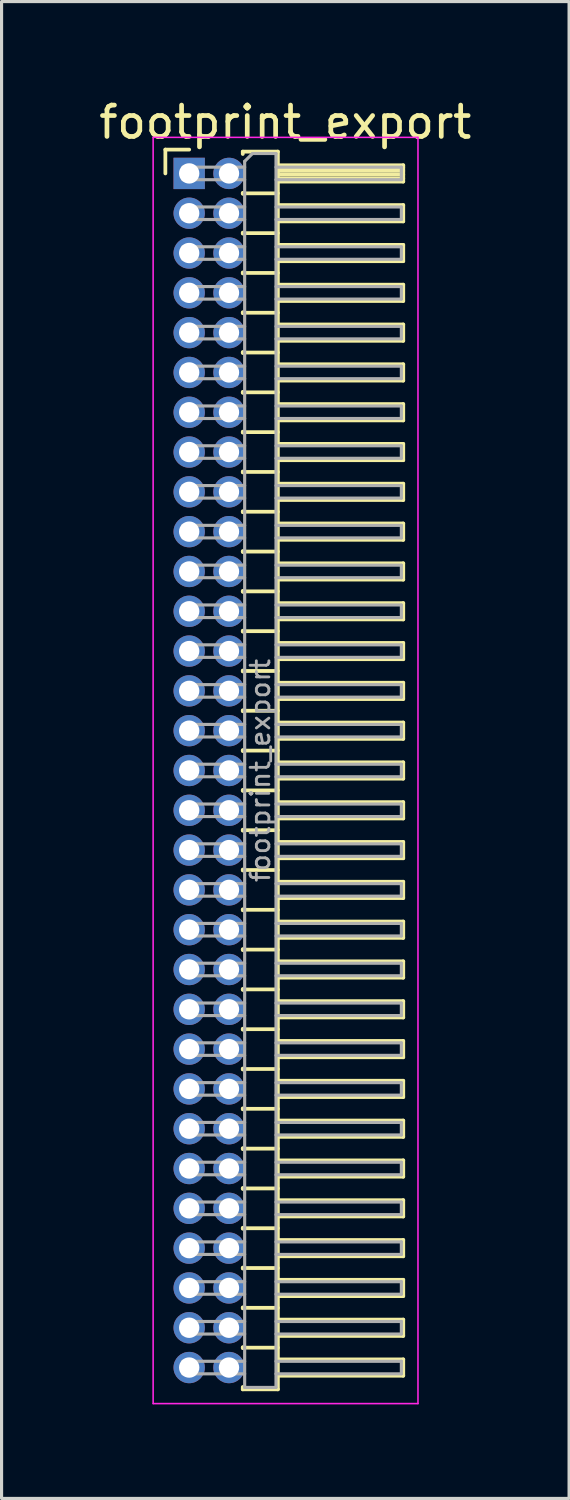
<source format=kicad_pcb>
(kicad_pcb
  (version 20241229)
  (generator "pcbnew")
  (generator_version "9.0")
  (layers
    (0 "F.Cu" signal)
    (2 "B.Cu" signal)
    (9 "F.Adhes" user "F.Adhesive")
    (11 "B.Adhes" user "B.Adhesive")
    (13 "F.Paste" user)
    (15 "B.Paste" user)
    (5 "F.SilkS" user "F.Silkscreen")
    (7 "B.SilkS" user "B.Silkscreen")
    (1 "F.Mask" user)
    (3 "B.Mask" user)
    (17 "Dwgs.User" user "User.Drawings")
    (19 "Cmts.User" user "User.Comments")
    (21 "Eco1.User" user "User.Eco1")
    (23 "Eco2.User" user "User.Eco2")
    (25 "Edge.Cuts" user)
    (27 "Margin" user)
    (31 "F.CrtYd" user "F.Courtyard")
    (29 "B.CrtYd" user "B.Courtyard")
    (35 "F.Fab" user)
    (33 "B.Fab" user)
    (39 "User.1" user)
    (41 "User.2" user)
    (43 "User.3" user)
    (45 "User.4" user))
  (footprint "footprint_export"
    (layer "F.Cu")
    (at 2.986 2.483)
    (property "Reference" "footprint_export" (at 3.067 -1.635 0) (layer "F.SilkS") (effects (font (size 1 1) (thickness 0.15))))
    (attr through_hole)
    (fp_line (start -0.76 -0.76) (end 0 -0.76) (stroke (width 0.12) (type solid)) (layer "F.SilkS"))
    (fp_line (start -0.76 0) (end -0.76 -0.76) (stroke (width 0.12) (type solid)) (layer "F.SilkS"))
    (fp_line (start 1.71 -0.695) (end 2.83 -0.695) (stroke (width 0.12) (type solid)) (layer "F.SilkS"))
    (fp_line (start 1.71 -0.62) (end 1.71 -0.695) (stroke (width 0.12) (type solid)) (layer "F.SilkS"))
    (fp_line (start 1.71 0.62) (end 1.71 0.65) (stroke (width 0.12) (type solid)) (layer "F.SilkS"))
    (fp_line (start 1.71 0.635) (end 2.83 0.635) (stroke (width 0.12) (type solid)) (layer "F.SilkS"))
    (fp_line (start 1.71 1.89) (end 1.71 1.92) (stroke (width 0.12) (type solid)) (layer "F.SilkS"))
    (fp_line (start 1.71 1.905) (end 2.83 1.905) (stroke (width 0.12) (type solid)) (layer "F.SilkS"))
    (fp_line (start 1.71 3.16) (end 1.71 3.19) (stroke (width 0.12) (type solid)) (layer "F.SilkS"))
    (fp_line (start 1.71 3.175) (end 2.83 3.175) (stroke (width 0.12) (type solid)) (layer "F.SilkS"))
    (fp_line (start 1.71 4.43) (end 1.71 4.46) (stroke (width 0.12) (type solid)) (layer "F.SilkS"))
    (fp_line (start 1.71 4.445) (end 2.83 4.445) (stroke (width 0.12) (type solid)) (layer "F.SilkS"))
    (fp_line (start 1.71 5.7) (end 1.71 5.73) (stroke (width 0.12) (type solid)) (layer "F.SilkS"))
    (fp_line (start 1.71 5.715) (end 2.83 5.715) (stroke (width 0.12) (type solid)) (layer "F.SilkS"))
    (fp_line (start 1.71 6.97) (end 1.71 7) (stroke (width 0.12) (type solid)) (layer "F.SilkS"))
    (fp_line (start 1.71 6.985) (end 2.83 6.985) (stroke (width 0.12) (type solid)) (layer "F.SilkS"))
    (fp_line (start 1.71 8.24) (end 1.71 8.27) (stroke (width 0.12) (type solid)) (layer "F.SilkS"))
    (fp_line (start 1.71 8.255) (end 2.83 8.255) (stroke (width 0.12) (type solid)) (layer "F.SilkS"))
    (fp_line (start 1.71 9.51) (end 1.71 9.54) (stroke (width 0.12) (type solid)) (layer "F.SilkS"))
    (fp_line (start 1.71 9.525) (end 2.83 9.525) (stroke (width 0.12) (type solid)) (layer "F.SilkS"))
    (fp_line (start 1.71 10.78) (end 1.71 10.81) (stroke (width 0.12) (type solid)) (layer "F.SilkS"))
    (fp_line (start 1.71 10.795) (end 2.83 10.795) (stroke (width 0.12) (type solid)) (layer "F.SilkS"))
    (fp_line (start 1.71 12.05) (end 1.71 12.08) (stroke (width 0.12) (type solid)) (layer "F.SilkS"))
    (fp_line (start 1.71 12.065) (end 2.83 12.065) (stroke (width 0.12) (type solid)) (layer "F.SilkS"))
    (fp_line (start 1.71 13.32) (end 1.71 13.35) (stroke (width 0.12) (type solid)) (layer "F.SilkS"))
    (fp_line (start 1.71 13.335) (end 2.83 13.335) (stroke (width 0.12) (type solid)) (layer "F.SilkS"))
    (fp_line (start 1.71 14.59) (end 1.71 14.62) (stroke (width 0.12) (type solid)) (layer "F.SilkS"))
    (fp_line (start 1.71 14.605) (end 2.83 14.605) (stroke (width 0.12) (type solid)) (layer "F.SilkS"))
    (fp_line (start 1.71 15.86) (end 1.71 15.89) (stroke (width 0.12) (type solid)) (layer "F.SilkS"))
    (fp_line (start 1.71 15.875) (end 2.83 15.875) (stroke (width 0.12) (type solid)) (layer "F.SilkS"))
    (fp_line (start 1.71 17.13) (end 1.71 17.16) (stroke (width 0.12) (type solid)) (layer "F.SilkS"))
    (fp_line (start 1.71 17.145) (end 2.83 17.145) (stroke (width 0.12) (type solid)) (layer "F.SilkS"))
    (fp_line (start 1.71 18.4) (end 1.71 18.43) (stroke (width 0.12) (type solid)) (layer "F.SilkS"))
    (fp_line (start 1.71 18.415) (end 2.83 18.415) (stroke (width 0.12) (type solid)) (layer "F.SilkS"))
    (fp_line (start 1.71 19.67) (end 1.71 19.7) (stroke (width 0.12) (type solid)) (layer "F.SilkS"))
    (fp_line (start 1.71 19.685) (end 2.83 19.685) (stroke (width 0.12) (type solid)) (layer "F.SilkS"))
    (fp_line (start 1.71 20.94) (end 1.71 20.97) (stroke (width 0.12) (type solid)) (layer "F.SilkS"))
    (fp_line (start 1.71 20.955) (end 2.83 20.955) (stroke (width 0.12) (type solid)) (layer "F.SilkS"))
    (fp_line (start 1.71 22.21) (end 1.71 22.24) (stroke (width 0.12) (type solid)) (layer "F.SilkS"))
    (fp_line (start 1.71 22.225) (end 2.83 22.225) (stroke (width 0.12) (type solid)) (layer "F.SilkS"))
    (fp_line (start 1.71 23.48) (end 1.71 23.51) (stroke (width 0.12) (type solid)) (layer "F.SilkS"))
    (fp_line (start 1.71 23.495) (end 2.83 23.495) (stroke (width 0.12) (type solid)) (layer "F.SilkS"))
    (fp_line (start 1.71 24.75) (end 1.71 24.78) (stroke (width 0.12) (type solid)) (layer "F.SilkS"))
    (fp_line (start 1.71 24.765) (end 2.83 24.765) (stroke (width 0.12) (type solid)) (layer "F.SilkS"))
    (fp_line (start 1.71 26.02) (end 1.71 26.05) (stroke (width 0.12) (type solid)) (layer "F.SilkS"))
    (fp_line (start 1.71 26.035) (end 2.83 26.035) (stroke (width 0.12) (type solid)) (layer "F.SilkS"))
    (fp_line (start 1.71 27.29) (end 1.71 27.32) (stroke (width 0.12) (type solid)) (layer "F.SilkS"))
    (fp_line (start 1.71 27.305) (end 2.83 27.305) (stroke (width 0.12) (type solid)) (layer "F.SilkS"))
    (fp_line (start 1.71 28.56) (end 1.71 28.59) (stroke (width 0.12) (type solid)) (layer "F.SilkS"))
    (fp_line (start 1.71 28.575) (end 2.83 28.575) (stroke (width 0.12) (type solid)) (layer "F.SilkS"))
    (fp_line (start 1.71 29.83) (end 1.71 29.86) (stroke (width 0.12) (type solid)) (layer "F.SilkS"))
    (fp_line (start 1.71 29.845) (end 2.83 29.845) (stroke (width 0.12) (type solid)) (layer "F.SilkS"))
    (fp_line (start 1.71 31.1) (end 1.71 31.13) (stroke (width 0.12) (type solid)) (layer "F.SilkS"))
    (fp_line (start 1.71 31.115) (end 2.83 31.115) (stroke (width 0.12) (type solid)) (layer "F.SilkS"))
    (fp_line (start 1.71 32.37) (end 1.71 32.4) (stroke (width 0.12) (type solid)) (layer "F.SilkS"))
    (fp_line (start 1.71 32.385) (end 2.83 32.385) (stroke (width 0.12) (type solid)) (layer "F.SilkS"))
    (fp_line (start 1.71 33.64) (end 1.71 33.67) (stroke (width 0.12) (type solid)) (layer "F.SilkS"))
    (fp_line (start 1.71 33.655) (end 2.83 33.655) (stroke (width 0.12) (type solid)) (layer "F.SilkS"))
    (fp_line (start 1.71 34.91) (end 1.71 34.94) (stroke (width 0.12) (type solid)) (layer "F.SilkS"))
    (fp_line (start 1.71 34.925) (end 2.83 34.925) (stroke (width 0.12) (type solid)) (layer "F.SilkS"))
    (fp_line (start 1.71 36.18) (end 1.71 36.21) (stroke (width 0.12) (type solid)) (layer "F.SilkS"))
    (fp_line (start 1.71 36.195) (end 2.83 36.195) (stroke (width 0.12) (type solid)) (layer "F.SilkS"))
    (fp_line (start 1.71 37.45) (end 1.71 37.48) (stroke (width 0.12) (type solid)) (layer "F.SilkS"))
    (fp_line (start 1.71 37.465) (end 2.83 37.465) (stroke (width 0.12) (type solid)) (layer "F.SilkS"))
    (fp_line (start 1.71 38.795) (end 1.71 38.72) (stroke (width 0.12) (type solid)) (layer "F.SilkS"))
    (fp_line (start 2.83 -0.695) (end 2.83 38.795) (stroke (width 0.12) (type solid)) (layer "F.SilkS"))
    (fp_line (start 2.83 -0.26) (end 6.83 -0.26) (stroke (width 0.12) (type solid)) (layer "F.SilkS"))
    (fp_line (start 2.83 -0.2) (end 6.83 -0.2) (stroke (width 0.12) (type solid)) (layer "F.SilkS"))
    (fp_line (start 2.83 -0.08) (end 6.83 -0.08) (stroke (width 0.12) (type solid)) (layer "F.SilkS"))
    (fp_line (start 2.83 0.04) (end 6.83 0.04) (stroke (width 0.12) (type solid)) (layer "F.SilkS"))
    (fp_line (start 2.83 0.16) (end 6.83 0.16) (stroke (width 0.12) (type solid)) (layer "F.SilkS"))
    (fp_line (start 2.83 1.01) (end 6.83 1.01) (stroke (width 0.12) (type solid)) (layer "F.SilkS"))
    (fp_line (start 2.83 2.28) (end 6.83 2.28) (stroke (width 0.12) (type solid)) (layer "F.SilkS"))
    (fp_line (start 2.83 3.55) (end 6.83 3.55) (stroke (width 0.12) (type solid)) (layer "F.SilkS"))
    (fp_line (start 2.83 4.82) (end 6.83 4.82) (stroke (width 0.12) (type solid)) (layer "F.SilkS"))
    (fp_line (start 2.83 6.09) (end 6.83 6.09) (stroke (width 0.12) (type solid)) (layer "F.SilkS"))
    (fp_line (start 2.83 7.36) (end 6.83 7.36) (stroke (width 0.12) (type solid)) (layer "F.SilkS"))
    (fp_line (start 2.83 8.63) (end 6.83 8.63) (stroke (width 0.12) (type solid)) (layer "F.SilkS"))
    (fp_line (start 2.83 9.9) (end 6.83 9.9) (stroke (width 0.12) (type solid)) (layer "F.SilkS"))
    (fp_line (start 2.83 11.17) (end 6.83 11.17) (stroke (width 0.12) (type solid)) (layer "F.SilkS"))
    (fp_line (start 2.83 12.44) (end 6.83 12.44) (stroke (width 0.12) (type solid)) (layer "F.SilkS"))
    (fp_line (start 2.83 13.71) (end 6.83 13.71) (stroke (width 0.12) (type solid)) (layer "F.SilkS"))
    (fp_line (start 2.83 14.98) (end 6.83 14.98) (stroke (width 0.12) (type solid)) (layer "F.SilkS"))
    (fp_line (start 2.83 16.25) (end 6.83 16.25) (stroke (width 0.12) (type solid)) (layer "F.SilkS"))
    (fp_line (start 2.83 17.52) (end 6.83 17.52) (stroke (width 0.12) (type solid)) (layer "F.SilkS"))
    (fp_line (start 2.83 18.79) (end 6.83 18.79) (stroke (width 0.12) (type solid)) (layer "F.SilkS"))
    (fp_line (start 2.83 20.06) (end 6.83 20.06) (stroke (width 0.12) (type solid)) (layer "F.SilkS"))
    (fp_line (start 2.83 21.33) (end 6.83 21.33) (stroke (width 0.12) (type solid)) (layer "F.SilkS"))
    (fp_line (start 2.83 22.6) (end 6.83 22.6) (stroke (width 0.12) (type solid)) (layer "F.SilkS"))
    (fp_line (start 2.83 23.87) (end 6.83 23.87) (stroke (width 0.12) (type solid)) (layer "F.SilkS"))
    (fp_line (start 2.83 25.14) (end 6.83 25.14) (stroke (width 0.12) (type solid)) (layer "F.SilkS"))
    (fp_line (start 2.83 26.41) (end 6.83 26.41) (stroke (width 0.12) (type solid)) (layer "F.SilkS"))
    (fp_line (start 2.83 27.68) (end 6.83 27.68) (stroke (width 0.12) (type solid)) (layer "F.SilkS"))
    (fp_line (start 2.83 28.95) (end 6.83 28.95) (stroke (width 0.12) (type solid)) (layer "F.SilkS"))
    (fp_line (start 2.83 30.22) (end 6.83 30.22) (stroke (width 0.12) (type solid)) (layer "F.SilkS"))
    (fp_line (start 2.83 31.49) (end 6.83 31.49) (stroke (width 0.12) (type solid)) (layer "F.SilkS"))
    (fp_line (start 2.83 32.76) (end 6.83 32.76) (stroke (width 0.12) (type solid)) (layer "F.SilkS"))
    (fp_line (start 2.83 34.03) (end 6.83 34.03) (stroke (width 0.12) (type solid)) (layer "F.SilkS"))
    (fp_line (start 2.83 35.3) (end 6.83 35.3) (stroke (width 0.12) (type solid)) (layer "F.SilkS"))
    (fp_line (start 2.83 36.57) (end 6.83 36.57) (stroke (width 0.12) (type solid)) (layer "F.SilkS"))
    (fp_line (start 2.83 37.84) (end 6.83 37.84) (stroke (width 0.12) (type solid)) (layer "F.SilkS"))
    (fp_line (start 2.83 38.795) (end 1.71 38.795) (stroke (width 0.12) (type solid)) (layer "F.SilkS"))
    (fp_line (start 6.83 -0.26) (end 6.83 0.26) (stroke (width 0.12) (type solid)) (layer "F.SilkS"))
    (fp_line (start 6.83 0.26) (end 2.83 0.26) (stroke (width 0.12) (type solid)) (layer "F.SilkS"))
    (fp_line (start 6.83 1.01) (end 6.83 1.53) (stroke (width 0.12) (type solid)) (layer "F.SilkS"))
    (fp_line (start 6.83 1.53) (end 2.83 1.53) (stroke (width 0.12) (type solid)) (layer "F.SilkS"))
    (fp_line (start 6.83 2.28) (end 6.83 2.8) (stroke (width 0.12) (type solid)) (layer "F.SilkS"))
    (fp_line (start 6.83 2.8) (end 2.83 2.8) (stroke (width 0.12) (type solid)) (layer "F.SilkS"))
    (fp_line (start 6.83 3.55) (end 6.83 4.07) (stroke (width 0.12) (type solid)) (layer "F.SilkS"))
    (fp_line (start 6.83 4.07) (end 2.83 4.07) (stroke (width 0.12) (type solid)) (layer "F.SilkS"))
    (fp_line (start 6.83 4.82) (end 6.83 5.34) (stroke (width 0.12) (type solid)) (layer "F.SilkS"))
    (fp_line (start 6.83 5.34) (end 2.83 5.34) (stroke (width 0.12) (type solid)) (layer "F.SilkS"))
    (fp_line (start 6.83 6.09) (end 6.83 6.61) (stroke (width 0.12) (type solid)) (layer "F.SilkS"))
    (fp_line (start 6.83 6.61) (end 2.83 6.61) (stroke (width 0.12) (type solid)) (layer "F.SilkS"))
    (fp_line (start 6.83 7.36) (end 6.83 7.88) (stroke (width 0.12) (type solid)) (layer "F.SilkS"))
    (fp_line (start 6.83 7.88) (end 2.83 7.88) (stroke (width 0.12) (type solid)) (layer "F.SilkS"))
    (fp_line (start 6.83 8.63) (end 6.83 9.15) (stroke (width 0.12) (type solid)) (layer "F.SilkS"))
    (fp_line (start 6.83 9.15) (end 2.83 9.15) (stroke (width 0.12) (type solid)) (layer "F.SilkS"))
    (fp_line (start 6.83 9.9) (end 6.83 10.42) (stroke (width 0.12) (type solid)) (layer "F.SilkS"))
    (fp_line (start 6.83 10.42) (end 2.83 10.42) (stroke (width 0.12) (type solid)) (layer "F.SilkS"))
    (fp_line (start 6.83 11.17) (end 6.83 11.69) (stroke (width 0.12) (type solid)) (layer "F.SilkS"))
    (fp_line (start 6.83 11.69) (end 2.83 11.69) (stroke (width 0.12) (type solid)) (layer "F.SilkS"))
    (fp_line (start 6.83 12.44) (end 6.83 12.96) (stroke (width 0.12) (type solid)) (layer "F.SilkS"))
    (fp_line (start 6.83 12.96) (end 2.83 12.96) (stroke (width 0.12) (type solid)) (layer "F.SilkS"))
    (fp_line (start 6.83 13.71) (end 6.83 14.23) (stroke (width 0.12) (type solid)) (layer "F.SilkS"))
    (fp_line (start 6.83 14.23) (end 2.83 14.23) (stroke (width 0.12) (type solid)) (layer "F.SilkS"))
    (fp_line (start 6.83 14.98) (end 6.83 15.5) (stroke (width 0.12) (type solid)) (layer "F.SilkS"))
    (fp_line (start 6.83 15.5) (end 2.83 15.5) (stroke (width 0.12) (type solid)) (layer "F.SilkS"))
    (fp_line (start 6.83 16.25) (end 6.83 16.77) (stroke (width 0.12) (type solid)) (layer "F.SilkS"))
    (fp_line (start 6.83 16.77) (end 2.83 16.77) (stroke (width 0.12) (type solid)) (layer "F.SilkS"))
    (fp_line (start 6.83 17.52) (end 6.83 18.04) (stroke (width 0.12) (type solid)) (layer "F.SilkS"))
    (fp_line (start 6.83 18.04) (end 2.83 18.04) (stroke (width 0.12) (type solid)) (layer "F.SilkS"))
    (fp_line (start 6.83 18.79) (end 6.83 19.31) (stroke (width 0.12) (type solid)) (layer "F.SilkS"))
    (fp_line (start 6.83 19.31) (end 2.83 19.31) (stroke (width 0.12) (type solid)) (layer "F.SilkS"))
    (fp_line (start 6.83 20.06) (end 6.83 20.58) (stroke (width 0.12) (type solid)) (layer "F.SilkS"))
    (fp_line (start 6.83 20.58) (end 2.83 20.58) (stroke (width 0.12) (type solid)) (layer "F.SilkS"))
    (fp_line (start 6.83 21.33) (end 6.83 21.85) (stroke (width 0.12) (type solid)) (layer "F.SilkS"))
    (fp_line (start 6.83 21.85) (end 2.83 21.85) (stroke (width 0.12) (type solid)) (layer "F.SilkS"))
    (fp_line (start 6.83 22.6) (end 6.83 23.12) (stroke (width 0.12) (type solid)) (layer "F.SilkS"))
    (fp_line (start 6.83 23.12) (end 2.83 23.12) (stroke (width 0.12) (type solid)) (layer "F.SilkS"))
    (fp_line (start 6.83 23.87) (end 6.83 24.39) (stroke (width 0.12) (type solid)) (layer "F.SilkS"))
    (fp_line (start 6.83 24.39) (end 2.83 24.39) (stroke (width 0.12) (type solid)) (layer "F.SilkS"))
    (fp_line (start 6.83 25.14) (end 6.83 25.66) (stroke (width 0.12) (type solid)) (layer "F.SilkS"))
    (fp_line (start 6.83 25.66) (end 2.83 25.66) (stroke (width 0.12) (type solid)) (layer "F.SilkS"))
    (fp_line (start 6.83 26.41) (end 6.83 26.93) (stroke (width 0.12) (type solid)) (layer "F.SilkS"))
    (fp_line (start 6.83 26.93) (end 2.83 26.93) (stroke (width 0.12) (type solid)) (layer "F.SilkS"))
    (fp_line (start 6.83 27.68) (end 6.83 28.2) (stroke (width 0.12) (type solid)) (layer "F.SilkS"))
    (fp_line (start 6.83 28.2) (end 2.83 28.2) (stroke (width 0.12) (type solid)) (layer "F.SilkS"))
    (fp_line (start 6.83 28.95) (end 6.83 29.47) (stroke (width 0.12) (type solid)) (layer "F.SilkS"))
    (fp_line (start 6.83 29.47) (end 2.83 29.47) (stroke (width 0.12) (type solid)) (layer "F.SilkS"))
    (fp_line (start 6.83 30.22) (end 6.83 30.74) (stroke (width 0.12) (type solid)) (layer "F.SilkS"))
    (fp_line (start 6.83 30.74) (end 2.83 30.74) (stroke (width 0.12) (type solid)) (layer "F.SilkS"))
    (fp_line (start 6.83 31.49) (end 6.83 32.01) (stroke (width 0.12) (type solid)) (layer "F.SilkS"))
    (fp_line (start 6.83 32.01) (end 2.83 32.01) (stroke (width 0.12) (type solid)) (layer "F.SilkS"))
    (fp_line (start 6.83 32.76) (end 6.83 33.28) (stroke (width 0.12) (type solid)) (layer "F.SilkS"))
    (fp_line (start 6.83 33.28) (end 2.83 33.28) (stroke (width 0.12) (type solid)) (layer "F.SilkS"))
    (fp_line (start 6.83 34.03) (end 6.83 34.55) (stroke (width 0.12) (type solid)) (layer "F.SilkS"))
    (fp_line (start 6.83 34.55) (end 2.83 34.55) (stroke (width 0.12) (type solid)) (layer "F.SilkS"))
    (fp_line (start 6.83 35.3) (end 6.83 35.82) (stroke (width 0.12) (type solid)) (layer "F.SilkS"))
    (fp_line (start 6.83 35.82) (end 2.83 35.82) (stroke (width 0.12) (type solid)) (layer "F.SilkS"))
    (fp_line (start 6.83 36.57) (end 6.83 37.09) (stroke (width 0.12) (type solid)) (layer "F.SilkS"))
    (fp_line (start 6.83 37.09) (end 2.83 37.09) (stroke (width 0.12) (type solid)) (layer "F.SilkS"))
    (fp_line (start 6.83 37.84) (end 6.83 38.36) (stroke (width 0.12) (type solid)) (layer "F.SilkS"))
    (fp_line (start 6.83 38.36) (end 2.83 38.36) (stroke (width 0.12) (type solid)) (layer "F.SilkS"))
    (fp_line (start -1.15 -1.15) (end -1.15 39.25) (stroke (width 0.05) (type solid)) (layer "F.CrtYd"))
    (fp_line (start -1.15 39.25) (end 7.3 39.25) (stroke (width 0.05) (type solid)) (layer "F.CrtYd"))
    (fp_line (start 7.3 -1.15) (end -1.15 -1.15) (stroke (width 0.05) (type solid)) (layer "F.CrtYd"))
    (fp_line (start 7.3 39.25) (end 7.3 -1.15) (stroke (width 0.05) (type solid)) (layer "F.CrtYd"))
    (fp_line (start -0.2 -0.2) (end -0.2 0.2) (stroke (width 0.1) (type solid)) (layer "F.Fab"))
    (fp_line (start -0.2 -0.2) (end 1.77 -0.2) (stroke (width 0.1) (type solid)) (layer "F.Fab"))
    (fp_line (start -0.2 0.2) (end 1.77 0.2) (stroke (width 0.1) (type solid)) (layer "F.Fab"))
    (fp_line (start -0.2 1.07) (end -0.2 1.47) (stroke (width 0.1) (type solid)) (layer "F.Fab"))
    (fp_line (start -0.2 1.07) (end 1.77 1.07) (stroke (width 0.1) (type solid)) (layer "F.Fab"))
    (fp_line (start -0.2 1.47) (end 1.77 1.47) (stroke (width 0.1) (type solid)) (layer "F.Fab"))
    (fp_line (start -0.2 2.34) (end -0.2 2.74) (stroke (width 0.1) (type solid)) (layer "F.Fab"))
    (fp_line (start -0.2 2.34) (end 1.77 2.34) (stroke (width 0.1) (type solid)) (layer "F.Fab"))
    (fp_line (start -0.2 2.74) (end 1.77 2.74) (stroke (width 0.1) (type solid)) (layer "F.Fab"))
    (fp_line (start -0.2 3.61) (end -0.2 4.01) (stroke (width 0.1) (type solid)) (layer "F.Fab"))
    (fp_line (start -0.2 3.61) (end 1.77 3.61) (stroke (width 0.1) (type solid)) (layer "F.Fab"))
    (fp_line (start -0.2 4.01) (end 1.77 4.01) (stroke (width 0.1) (type solid)) (layer "F.Fab"))
    (fp_line (start -0.2 4.88) (end -0.2 5.28) (stroke (width 0.1) (type solid)) (layer "F.Fab"))
    (fp_line (start -0.2 4.88) (end 1.77 4.88) (stroke (width 0.1) (type solid)) (layer "F.Fab"))
    (fp_line (start -0.2 5.28) (end 1.77 5.28) (stroke (width 0.1) (type solid)) (layer "F.Fab"))
    (fp_line (start -0.2 6.15) (end -0.2 6.55) (stroke (width 0.1) (type solid)) (layer "F.Fab"))
    (fp_line (start -0.2 6.15) (end 1.77 6.15) (stroke (width 0.1) (type solid)) (layer "F.Fab"))
    (fp_line (start -0.2 6.55) (end 1.77 6.55) (stroke (width 0.1) (type solid)) (layer "F.Fab"))
    (fp_line (start -0.2 7.42) (end -0.2 7.82) (stroke (width 0.1) (type solid)) (layer "F.Fab"))
    (fp_line (start -0.2 7.42) (end 1.77 7.42) (stroke (width 0.1) (type solid)) (layer "F.Fab"))
    (fp_line (start -0.2 7.82) (end 1.77 7.82) (stroke (width 0.1) (type solid)) (layer "F.Fab"))
    (fp_line (start -0.2 8.69) (end -0.2 9.09) (stroke (width 0.1) (type solid)) (layer "F.Fab"))
    (fp_line (start -0.2 8.69) (end 1.77 8.69) (stroke (width 0.1) (type solid)) (layer "F.Fab"))
    (fp_line (start -0.2 9.09) (end 1.77 9.09) (stroke (width 0.1) (type solid)) (layer "F.Fab"))
    (fp_line (start -0.2 9.96) (end -0.2 10.36) (stroke (width 0.1) (type solid)) (layer "F.Fab"))
    (fp_line (start -0.2 9.96) (end 1.77 9.96) (stroke (width 0.1) (type solid)) (layer "F.Fab"))
    (fp_line (start -0.2 10.36) (end 1.77 10.36) (stroke (width 0.1) (type solid)) (layer "F.Fab"))
    (fp_line (start -0.2 11.23) (end -0.2 11.63) (stroke (width 0.1) (type solid)) (layer "F.Fab"))
    (fp_line (start -0.2 11.23) (end 1.77 11.23) (stroke (width 0.1) (type solid)) (layer "F.Fab"))
    (fp_line (start -0.2 11.63) (end 1.77 11.63) (stroke (width 0.1) (type solid)) (layer "F.Fab"))
    (fp_line (start -0.2 12.5) (end -0.2 12.9) (stroke (width 0.1) (type solid)) (layer "F.Fab"))
    (fp_line (start -0.2 12.5) (end 1.77 12.5) (stroke (width 0.1) (type solid)) (layer "F.Fab"))
    (fp_line (start -0.2 12.9) (end 1.77 12.9) (stroke (width 0.1) (type solid)) (layer "F.Fab"))
    (fp_line (start -0.2 13.77) (end -0.2 14.17) (stroke (width 0.1) (type solid)) (layer "F.Fab"))
    (fp_line (start -0.2 13.77) (end 1.77 13.77) (stroke (width 0.1) (type solid)) (layer "F.Fab"))
    (fp_line (start -0.2 14.17) (end 1.77 14.17) (stroke (width 0.1) (type solid)) (layer "F.Fab"))
    (fp_line (start -0.2 15.04) (end -0.2 15.44) (stroke (width 0.1) (type solid)) (layer "F.Fab"))
    (fp_line (start -0.2 15.04) (end 1.77 15.04) (stroke (width 0.1) (type solid)) (layer "F.Fab"))
    (fp_line (start -0.2 15.44) (end 1.77 15.44) (stroke (width 0.1) (type solid)) (layer "F.Fab"))
    (fp_line (start -0.2 16.31) (end -0.2 16.71) (stroke (width 0.1) (type solid)) (layer "F.Fab"))
    (fp_line (start -0.2 16.31) (end 1.77 16.31) (stroke (width 0.1) (type solid)) (layer "F.Fab"))
    (fp_line (start -0.2 16.71) (end 1.77 16.71) (stroke (width 0.1) (type solid)) (layer "F.Fab"))
    (fp_line (start -0.2 17.58) (end -0.2 17.98) (stroke (width 0.1) (type solid)) (layer "F.Fab"))
    (fp_line (start -0.2 17.58) (end 1.77 17.58) (stroke (width 0.1) (type solid)) (layer "F.Fab"))
    (fp_line (start -0.2 17.98) (end 1.77 17.98) (stroke (width 0.1) (type solid)) (layer "F.Fab"))
    (fp_line (start -0.2 18.85) (end -0.2 19.25) (stroke (width 0.1) (type solid)) (layer "F.Fab"))
    (fp_line (start -0.2 18.85) (end 1.77 18.85) (stroke (width 0.1) (type solid)) (layer "F.Fab"))
    (fp_line (start -0.2 19.25) (end 1.77 19.25) (stroke (width 0.1) (type solid)) (layer "F.Fab"))
    (fp_line (start -0.2 20.12) (end -0.2 20.52) (stroke (width 0.1) (type solid)) (layer "F.Fab"))
    (fp_line (start -0.2 20.12) (end 1.77 20.12) (stroke (width 0.1) (type solid)) (layer "F.Fab"))
    (fp_line (start -0.2 20.52) (end 1.77 20.52) (stroke (width 0.1) (type solid)) (layer "F.Fab"))
    (fp_line (start -0.2 21.39) (end -0.2 21.79) (stroke (width 0.1) (type solid)) (layer "F.Fab"))
    (fp_line (start -0.2 21.39) (end 1.77 21.39) (stroke (width 0.1) (type solid)) (layer "F.Fab"))
    (fp_line (start -0.2 21.79) (end 1.77 21.79) (stroke (width 0.1) (type solid)) (layer "F.Fab"))
    (fp_line (start -0.2 22.66) (end -0.2 23.06) (stroke (width 0.1) (type solid)) (layer "F.Fab"))
    (fp_line (start -0.2 22.66) (end 1.77 22.66) (stroke (width 0.1) (type solid)) (layer "F.Fab"))
    (fp_line (start -0.2 23.06) (end 1.77 23.06) (stroke (width 0.1) (type solid)) (layer "F.Fab"))
    (fp_line (start -0.2 23.93) (end -0.2 24.33) (stroke (width 0.1) (type solid)) (layer "F.Fab"))
    (fp_line (start -0.2 23.93) (end 1.77 23.93) (stroke (width 0.1) (type solid)) (layer "F.Fab"))
    (fp_line (start -0.2 24.33) (end 1.77 24.33) (stroke (width 0.1) (type solid)) (layer "F.Fab"))
    (fp_line (start -0.2 25.2) (end -0.2 25.6) (stroke (width 0.1) (type solid)) (layer "F.Fab"))
    (fp_line (start -0.2 25.2) (end 1.77 25.2) (stroke (width 0.1) (type solid)) (layer "F.Fab"))
    (fp_line (start -0.2 25.6) (end 1.77 25.6) (stroke (width 0.1) (type solid)) (layer "F.Fab"))
    (fp_line (start -0.2 26.47) (end -0.2 26.87) (stroke (width 0.1) (type solid)) (layer "F.Fab"))
    (fp_line (start -0.2 26.47) (end 1.77 26.47) (stroke (width 0.1) (type solid)) (layer "F.Fab"))
    (fp_line (start -0.2 26.87) (end 1.77 26.87) (stroke (width 0.1) (type solid)) (layer "F.Fab"))
    (fp_line (start -0.2 27.74) (end -0.2 28.14) (stroke (width 0.1) (type solid)) (layer "F.Fab"))
    (fp_line (start -0.2 27.74) (end 1.77 27.74) (stroke (width 0.1) (type solid)) (layer "F.Fab"))
    (fp_line (start -0.2 28.14) (end 1.77 28.14) (stroke (width 0.1) (type solid)) (layer "F.Fab"))
    (fp_line (start -0.2 29.01) (end -0.2 29.41) (stroke (width 0.1) (type solid)) (layer "F.Fab"))
    (fp_line (start -0.2 29.01) (end 1.77 29.01) (stroke (width 0.1) (type solid)) (layer "F.Fab"))
    (fp_line (start -0.2 29.41) (end 1.77 29.41) (stroke (width 0.1) (type solid)) (layer "F.Fab"))
    (fp_line (start -0.2 30.28) (end -0.2 30.68) (stroke (width 0.1) (type solid)) (layer "F.Fab"))
    (fp_line (start -0.2 30.28) (end 1.77 30.28) (stroke (width 0.1) (type solid)) (layer "F.Fab"))
    (fp_line (start -0.2 30.68) (end 1.77 30.68) (stroke (width 0.1) (type solid)) (layer "F.Fab"))
    (fp_line (start -0.2 31.55) (end -0.2 31.95) (stroke (width 0.1) (type solid)) (layer "F.Fab"))
    (fp_line (start -0.2 31.55) (end 1.77 31.55) (stroke (width 0.1) (type solid)) (layer "F.Fab"))
    (fp_line (start -0.2 31.95) (end 1.77 31.95) (stroke (width 0.1) (type solid)) (layer "F.Fab"))
    (fp_line (start -0.2 32.82) (end -0.2 33.22) (stroke (width 0.1) (type solid)) (layer "F.Fab"))
    (fp_line (start -0.2 32.82) (end 1.77 32.82) (stroke (width 0.1) (type solid)) (layer "F.Fab"))
    (fp_line (start -0.2 33.22) (end 1.77 33.22) (stroke (width 0.1) (type solid)) (layer "F.Fab"))
    (fp_line (start -0.2 34.09) (end -0.2 34.49) (stroke (width 0.1) (type solid)) (layer "F.Fab"))
    (fp_line (start -0.2 34.09) (end 1.77 34.09) (stroke (width 0.1) (type solid)) (layer "F.Fab"))
    (fp_line (start -0.2 34.49) (end 1.77 34.49) (stroke (width 0.1) (type solid)) (layer "F.Fab"))
    (fp_line (start -0.2 35.36) (end -0.2 35.76) (stroke (width 0.1) (type solid)) (layer "F.Fab"))
    (fp_line (start -0.2 35.36) (end 1.77 35.36) (stroke (width 0.1) (type solid)) (layer "F.Fab"))
    (fp_line (start -0.2 35.76) (end 1.77 35.76) (stroke (width 0.1) (type solid)) (layer "F.Fab"))
    (fp_line (start -0.2 36.63) (end -0.2 37.03) (stroke (width 0.1) (type solid)) (layer "F.Fab"))
    (fp_line (start -0.2 36.63) (end 1.77 36.63) (stroke (width 0.1) (type solid)) (layer "F.Fab"))
    (fp_line (start -0.2 37.03) (end 1.77 37.03) (stroke (width 0.1) (type solid)) (layer "F.Fab"))
    (fp_line (start -0.2 37.9) (end -0.2 38.3) (stroke (width 0.1) (type solid)) (layer "F.Fab"))
    (fp_line (start -0.2 37.9) (end 1.77 37.9) (stroke (width 0.1) (type solid)) (layer "F.Fab"))
    (fp_line (start -0.2 38.3) (end 1.77 38.3) (stroke (width 0.1) (type solid)) (layer "F.Fab"))
    (fp_line (start 1.77 -0.385) (end 2.02 -0.635) (stroke (width 0.1) (type solid)) (layer "F.Fab"))
    (fp_line (start 1.77 38.735) (end 1.77 -0.385) (stroke (width 0.1) (type solid)) (layer "F.Fab"))
    (fp_line (start 2.02 -0.635) (end 2.77 -0.635) (stroke (width 0.1) (type solid)) (layer "F.Fab"))
    (fp_line (start 2.77 -0.635) (end 2.77 38.735) (stroke (width 0.1) (type solid)) (layer "F.Fab"))
    (fp_line (start 2.77 -0.2) (end 6.77 -0.2) (stroke (width 0.1) (type solid)) (layer "F.Fab"))
    (fp_line (start 2.77 0.2) (end 6.77 0.2) (stroke (width 0.1) (type solid)) (layer "F.Fab"))
    (fp_line (start 2.77 1.07) (end 6.77 1.07) (stroke (width 0.1) (type solid)) (layer "F.Fab"))
    (fp_line (start 2.77 1.47) (end 6.77 1.47) (stroke (width 0.1) (type solid)) (layer "F.Fab"))
    (fp_line (start 2.77 2.34) (end 6.77 2.34) (stroke (width 0.1) (type solid)) (layer "F.Fab"))
    (fp_line (start 2.77 2.74) (end 6.77 2.74) (stroke (width 0.1) (type solid)) (layer "F.Fab"))
    (fp_line (start 2.77 3.61) (end 6.77 3.61) (stroke (width 0.1) (type solid)) (layer "F.Fab"))
    (fp_line (start 2.77 4.01) (end 6.77 4.01) (stroke (width 0.1) (type solid)) (layer "F.Fab"))
    (fp_line (start 2.77 4.88) (end 6.77 4.88) (stroke (width 0.1) (type solid)) (layer "F.Fab"))
    (fp_line (start 2.77 5.28) (end 6.77 5.28) (stroke (width 0.1) (type solid)) (layer "F.Fab"))
    (fp_line (start 2.77 6.15) (end 6.77 6.15) (stroke (width 0.1) (type solid)) (layer "F.Fab"))
    (fp_line (start 2.77 6.55) (end 6.77 6.55) (stroke (width 0.1) (type solid)) (layer "F.Fab"))
    (fp_line (start 2.77 7.42) (end 6.77 7.42) (stroke (width 0.1) (type solid)) (layer "F.Fab"))
    (fp_line (start 2.77 7.82) (end 6.77 7.82) (stroke (width 0.1) (type solid)) (layer "F.Fab"))
    (fp_line (start 2.77 8.69) (end 6.77 8.69) (stroke (width 0.1) (type solid)) (layer "F.Fab"))
    (fp_line (start 2.77 9.09) (end 6.77 9.09) (stroke (width 0.1) (type solid)) (layer "F.Fab"))
    (fp_line (start 2.77 9.96) (end 6.77 9.96) (stroke (width 0.1) (type solid)) (layer "F.Fab"))
    (fp_line (start 2.77 10.36) (end 6.77 10.36) (stroke (width 0.1) (type solid)) (layer "F.Fab"))
    (fp_line (start 2.77 11.23) (end 6.77 11.23) (stroke (width 0.1) (type solid)) (layer "F.Fab"))
    (fp_line (start 2.77 11.63) (end 6.77 11.63) (stroke (width 0.1) (type solid)) (layer "F.Fab"))
    (fp_line (start 2.77 12.5) (end 6.77 12.5) (stroke (width 0.1) (type solid)) (layer "F.Fab"))
    (fp_line (start 2.77 12.9) (end 6.77 12.9) (stroke (width 0.1) (type solid)) (layer "F.Fab"))
    (fp_line (start 2.77 13.77) (end 6.77 13.77) (stroke (width 0.1) (type solid)) (layer "F.Fab"))
    (fp_line (start 2.77 14.17) (end 6.77 14.17) (stroke (width 0.1) (type solid)) (layer "F.Fab"))
    (fp_line (start 2.77 15.04) (end 6.77 15.04) (stroke (width 0.1) (type solid)) (layer "F.Fab"))
    (fp_line (start 2.77 15.44) (end 6.77 15.44) (stroke (width 0.1) (type solid)) (layer "F.Fab"))
    (fp_line (start 2.77 16.31) (end 6.77 16.31) (stroke (width 0.1) (type solid)) (layer "F.Fab"))
    (fp_line (start 2.77 16.71) (end 6.77 16.71) (stroke (width 0.1) (type solid)) (layer "F.Fab"))
    (fp_line (start 2.77 17.58) (end 6.77 17.58) (stroke (width 0.1) (type solid)) (layer "F.Fab"))
    (fp_line (start 2.77 17.98) (end 6.77 17.98) (stroke (width 0.1) (type solid)) (layer "F.Fab"))
    (fp_line (start 2.77 18.85) (end 6.77 18.85) (stroke (width 0.1) (type solid)) (layer "F.Fab"))
    (fp_line (start 2.77 19.25) (end 6.77 19.25) (stroke (width 0.1) (type solid)) (layer "F.Fab"))
    (fp_line (start 2.77 20.12) (end 6.77 20.12) (stroke (width 0.1) (type solid)) (layer "F.Fab"))
    (fp_line (start 2.77 20.52) (end 6.77 20.52) (stroke (width 0.1) (type solid)) (layer "F.Fab"))
    (fp_line (start 2.77 21.39) (end 6.77 21.39) (stroke (width 0.1) (type solid)) (layer "F.Fab"))
    (fp_line (start 2.77 21.79) (end 6.77 21.79) (stroke (width 0.1) (type solid)) (layer "F.Fab"))
    (fp_line (start 2.77 22.66) (end 6.77 22.66) (stroke (width 0.1) (type solid)) (layer "F.Fab"))
    (fp_line (start 2.77 23.06) (end 6.77 23.06) (stroke (width 0.1) (type solid)) (layer "F.Fab"))
    (fp_line (start 2.77 23.93) (end 6.77 23.93) (stroke (width 0.1) (type solid)) (layer "F.Fab"))
    (fp_line (start 2.77 24.33) (end 6.77 24.33) (stroke (width 0.1) (type solid)) (layer "F.Fab"))
    (fp_line (start 2.77 25.2) (end 6.77 25.2) (stroke (width 0.1) (type solid)) (layer "F.Fab"))
    (fp_line (start 2.77 25.6) (end 6.77 25.6) (stroke (width 0.1) (type solid)) (layer "F.Fab"))
    (fp_line (start 2.77 26.47) (end 6.77 26.47) (stroke (width 0.1) (type solid)) (layer "F.Fab"))
    (fp_line (start 2.77 26.87) (end 6.77 26.87) (stroke (width 0.1) (type solid)) (layer "F.Fab"))
    (fp_line (start 2.77 27.74) (end 6.77 27.74) (stroke (width 0.1) (type solid)) (layer "F.Fab"))
    (fp_line (start 2.77 28.14) (end 6.77 28.14) (stroke (width 0.1) (type solid)) (layer "F.Fab"))
    (fp_line (start 2.77 29.01) (end 6.77 29.01) (stroke (width 0.1) (type solid)) (layer "F.Fab"))
    (fp_line (start 2.77 29.41) (end 6.77 29.41) (stroke (width 0.1) (type solid)) (layer "F.Fab"))
    (fp_line (start 2.77 30.28) (end 6.77 30.28) (stroke (width 0.1) (type solid)) (layer "F.Fab"))
    (fp_line (start 2.77 30.68) (end 6.77 30.68) (stroke (width 0.1) (type solid)) (layer "F.Fab"))
    (fp_line (start 2.77 31.55) (end 6.77 31.55) (stroke (width 0.1) (type solid)) (layer "F.Fab"))
    (fp_line (start 2.77 31.95) (end 6.77 31.95) (stroke (width 0.1) (type solid)) (layer "F.Fab"))
    (fp_line (start 2.77 32.82) (end 6.77 32.82) (stroke (width 0.1) (type solid)) (layer "F.Fab"))
    (fp_line (start 2.77 33.22) (end 6.77 33.22) (stroke (width 0.1) (type solid)) (layer "F.Fab"))
    (fp_line (start 2.77 34.09) (end 6.77 34.09) (stroke (width 0.1) (type solid)) (layer "F.Fab"))
    (fp_line (start 2.77 34.49) (end 6.77 34.49) (stroke (width 0.1) (type solid)) (layer "F.Fab"))
    (fp_line (start 2.77 35.36) (end 6.77 35.36) (stroke (width 0.1) (type solid)) (layer "F.Fab"))
    (fp_line (start 2.77 35.76) (end 6.77 35.76) (stroke (width 0.1) (type solid)) (layer "F.Fab"))
    (fp_line (start 2.77 36.63) (end 6.77 36.63) (stroke (width 0.1) (type solid)) (layer "F.Fab"))
    (fp_line (start 2.77 37.03) (end 6.77 37.03) (stroke (width 0.1) (type solid)) (layer "F.Fab"))
    (fp_line (start 2.77 37.9) (end 6.77 37.9) (stroke (width 0.1) (type solid)) (layer "F.Fab"))
    (fp_line (start 2.77 38.3) (end 6.77 38.3) (stroke (width 0.1) (type solid)) (layer "F.Fab"))
    (fp_line (start 2.77 38.735) (end 1.77 38.735) (stroke (width 0.1) (type solid)) (layer "F.Fab"))
    (fp_line (start 6.77 -0.2) (end 6.77 0.2) (stroke (width 0.1) (type solid)) (layer "F.Fab"))
    (fp_line (start 6.77 1.07) (end 6.77 1.47) (stroke (width 0.1) (type solid)) (layer "F.Fab"))
    (fp_line (start 6.77 2.34) (end 6.77 2.74) (stroke (width 0.1) (type solid)) (layer "F.Fab"))
    (fp_line (start 6.77 3.61) (end 6.77 4.01) (stroke (width 0.1) (type solid)) (layer "F.Fab"))
    (fp_line (start 6.77 4.88) (end 6.77 5.28) (stroke (width 0.1) (type solid)) (layer "F.Fab"))
    (fp_line (start 6.77 6.15) (end 6.77 6.55) (stroke (width 0.1) (type solid)) (layer "F.Fab"))
    (fp_line (start 6.77 7.42) (end 6.77 7.82) (stroke (width 0.1) (type solid)) (layer "F.Fab"))
    (fp_line (start 6.77 8.69) (end 6.77 9.09) (stroke (width 0.1) (type solid)) (layer "F.Fab"))
    (fp_line (start 6.77 9.96) (end 6.77 10.36) (stroke (width 0.1) (type solid)) (layer "F.Fab"))
    (fp_line (start 6.77 11.23) (end 6.77 11.63) (stroke (width 0.1) (type solid)) (layer "F.Fab"))
    (fp_line (start 6.77 12.5) (end 6.77 12.9) (stroke (width 0.1) (type solid)) (layer "F.Fab"))
    (fp_line (start 6.77 13.77) (end 6.77 14.17) (stroke (width 0.1) (type solid)) (layer "F.Fab"))
    (fp_line (start 6.77 15.04) (end 6.77 15.44) (stroke (width 0.1) (type solid)) (layer "F.Fab"))
    (fp_line (start 6.77 16.31) (end 6.77 16.71) (stroke (width 0.1) (type solid)) (layer "F.Fab"))
    (fp_line (start 6.77 17.58) (end 6.77 17.98) (stroke (width 0.1) (type solid)) (layer "F.Fab"))
    (fp_line (start 6.77 18.85) (end 6.77 19.25) (stroke (width 0.1) (type solid)) (layer "F.Fab"))
    (fp_line (start 6.77 20.12) (end 6.77 20.52) (stroke (width 0.1) (type solid)) (layer "F.Fab"))
    (fp_line (start 6.77 21.39) (end 6.77 21.79) (stroke (width 0.1) (type solid)) (layer "F.Fab"))
    (fp_line (start 6.77 22.66) (end 6.77 23.06) (stroke (width 0.1) (type solid)) (layer "F.Fab"))
    (fp_line (start 6.77 23.93) (end 6.77 24.33) (stroke (width 0.1) (type solid)) (layer "F.Fab"))
    (fp_line (start 6.77 25.2) (end 6.77 25.6) (stroke (width 0.1) (type solid)) (layer "F.Fab"))
    (fp_line (start 6.77 26.47) (end 6.77 26.87) (stroke (width 0.1) (type solid)) (layer "F.Fab"))
    (fp_line (start 6.77 27.74) (end 6.77 28.14) (stroke (width 0.1) (type solid)) (layer "F.Fab"))
    (fp_line (start 6.77 29.01) (end 6.77 29.41) (stroke (width 0.1) (type solid)) (layer "F.Fab"))
    (fp_line (start 6.77 30.28) (end 6.77 30.68) (stroke (width 0.1) (type solid)) (layer "F.Fab"))
    (fp_line (start 6.77 31.55) (end 6.77 31.95) (stroke (width 0.1) (type solid)) (layer "F.Fab"))
    (fp_line (start 6.77 32.82) (end 6.77 33.22) (stroke (width 0.1) (type solid)) (layer "F.Fab"))
    (fp_line (start 6.77 34.09) (end 6.77 34.49) (stroke (width 0.1) (type solid)) (layer "F.Fab"))
    (fp_line (start 6.77 35.36) (end 6.77 35.76) (stroke (width 0.1) (type solid)) (layer "F.Fab"))
    (fp_line (start 6.77 36.63) (end 6.77 37.03) (stroke (width 0.1) (type solid)) (layer "F.Fab"))
    (fp_line (start 6.77 37.9) (end 6.77 38.3) (stroke (width 0.1) (type solid)) (layer "F.Fab"))
    (fp_text user "${REFERENCE}" (at 2.27 19.05 90) (layer "F.Fab") (effects (font (size 0.6 0.6) (thickness 0.09))))
    (pad "1" thru_hole rect (at 0 0) (size 1 1) (drill 0.65) (layers "*.Cu" "*.Mask"))
    (pad "2" thru_hole oval (at 1.27 0) (size 1 1) (drill 0.65) (layers "*.Cu" "*.Mask"))
    (pad "3" thru_hole oval (at 0 1.27) (size 1 1) (drill 0.65) (layers "*.Cu" "*.Mask"))
    (pad "4" thru_hole oval (at 1.27 1.27) (size 1 1) (drill 0.65) (layers "*.Cu" "*.Mask"))
    (pad "5" thru_hole oval (at 0 2.54) (size 1 1) (drill 0.65) (layers "*.Cu" "*.Mask"))
    (pad "6" thru_hole oval (at 1.27 2.54) (size 1 1) (drill 0.65) (layers "*.Cu" "*.Mask"))
    (pad "7" thru_hole oval (at 0 3.81) (size 1 1) (drill 0.65) (layers "*.Cu" "*.Mask"))
    (pad "8" thru_hole oval (at 1.27 3.81) (size 1 1) (drill 0.65) (layers "*.Cu" "*.Mask"))
    (pad "9" thru_hole oval (at 0 5.08) (size 1 1) (drill 0.65) (layers "*.Cu" "*.Mask"))
    (pad "10" thru_hole oval (at 1.27 5.08) (size 1 1) (drill 0.65) (layers "*.Cu" "*.Mask"))
    (pad "11" thru_hole oval (at 0 6.35) (size 1 1) (drill 0.65) (layers "*.Cu" "*.Mask"))
    (pad "12" thru_hole oval (at 1.27 6.35) (size 1 1) (drill 0.65) (layers "*.Cu" "*.Mask"))
    (pad "13" thru_hole oval (at 0 7.62) (size 1 1) (drill 0.65) (layers "*.Cu" "*.Mask"))
    (pad "14" thru_hole oval (at 1.27 7.62) (size 1 1) (drill 0.65) (layers "*.Cu" "*.Mask"))
    (pad "15" thru_hole oval (at 0 8.89) (size 1 1) (drill 0.65) (layers "*.Cu" "*.Mask"))
    (pad "16" thru_hole oval (at 1.27 8.89) (size 1 1) (drill 0.65) (layers "*.Cu" "*.Mask"))
    (pad "17" thru_hole oval (at 0 10.16) (size 1 1) (drill 0.65) (layers "*.Cu" "*.Mask"))
    (pad "18" thru_hole oval (at 1.27 10.16) (size 1 1) (drill 0.65) (layers "*.Cu" "*.Mask"))
    (pad "19" thru_hole oval (at 0 11.43) (size 1 1) (drill 0.65) (layers "*.Cu" "*.Mask"))
    (pad "20" thru_hole oval (at 1.27 11.43) (size 1 1) (drill 0.65) (layers "*.Cu" "*.Mask"))
    (pad "21" thru_hole oval (at 0 12.7) (size 1 1) (drill 0.65) (layers "*.Cu" "*.Mask"))
    (pad "22" thru_hole oval (at 1.27 12.7) (size 1 1) (drill 0.65) (layers "*.Cu" "*.Mask"))
    (pad "23" thru_hole oval (at 0 13.97) (size 1 1) (drill 0.65) (layers "*.Cu" "*.Mask"))
    (pad "24" thru_hole oval (at 1.27 13.97) (size 1 1) (drill 0.65) (layers "*.Cu" "*.Mask"))
    (pad "25" thru_hole oval (at 0 15.24) (size 1 1) (drill 0.65) (layers "*.Cu" "*.Mask"))
    (pad "26" thru_hole oval (at 1.27 15.24) (size 1 1) (drill 0.65) (layers "*.Cu" "*.Mask"))
    (pad "27" thru_hole oval (at 0 16.51) (size 1 1) (drill 0.65) (layers "*.Cu" "*.Mask"))
    (pad "28" thru_hole oval (at 1.27 16.51) (size 1 1) (drill 0.65) (layers "*.Cu" "*.Mask"))
    (pad "29" thru_hole oval (at 0 17.78) (size 1 1) (drill 0.65) (layers "*.Cu" "*.Mask"))
    (pad "30" thru_hole oval (at 1.27 17.78) (size 1 1) (drill 0.65) (layers "*.Cu" "*.Mask"))
    (pad "31" thru_hole oval (at 0 19.05) (size 1 1) (drill 0.65) (layers "*.Cu" "*.Mask"))
    (pad "32" thru_hole oval (at 1.27 19.05) (size 1 1) (drill 0.65) (layers "*.Cu" "*.Mask"))
    (pad "33" thru_hole oval (at 0 20.32) (size 1 1) (drill 0.65) (layers "*.Cu" "*.Mask"))
    (pad "34" thru_hole oval (at 1.27 20.32) (size 1 1) (drill 0.65) (layers "*.Cu" "*.Mask"))
    (pad "35" thru_hole oval (at 0 21.59) (size 1 1) (drill 0.65) (layers "*.Cu" "*.Mask"))
    (pad "36" thru_hole oval (at 1.27 21.59) (size 1 1) (drill 0.65) (layers "*.Cu" "*.Mask"))
    (pad "37" thru_hole oval (at 0 22.86) (size 1 1) (drill 0.65) (layers "*.Cu" "*.Mask"))
    (pad "38" thru_hole oval (at 1.27 22.86) (size 1 1) (drill 0.65) (layers "*.Cu" "*.Mask"))
    (pad "39" thru_hole oval (at 0 24.13) (size 1 1) (drill 0.65) (layers "*.Cu" "*.Mask"))
    (pad "40" thru_hole oval (at 1.27 24.13) (size 1 1) (drill 0.65) (layers "*.Cu" "*.Mask"))
    (pad "41" thru_hole oval (at 0 25.4) (size 1 1) (drill 0.65) (layers "*.Cu" "*.Mask"))
    (pad "42" thru_hole oval (at 1.27 25.4) (size 1 1) (drill 0.65) (layers "*.Cu" "*.Mask"))
    (pad "43" thru_hole oval (at 0 26.67) (size 1 1) (drill 0.65) (layers "*.Cu" "*.Mask"))
    (pad "44" thru_hole oval (at 1.27 26.67) (size 1 1) (drill 0.65) (layers "*.Cu" "*.Mask"))
    (pad "45" thru_hole oval (at 0 27.94) (size 1 1) (drill 0.65) (layers "*.Cu" "*.Mask"))
    (pad "46" thru_hole oval (at 1.27 27.94) (size 1 1) (drill 0.65) (layers "*.Cu" "*.Mask"))
    (pad "47" thru_hole oval (at 0 29.21) (size 1 1) (drill 0.65) (layers "*.Cu" "*.Mask"))
    (pad "48" thru_hole oval (at 1.27 29.21) (size 1 1) (drill 0.65) (layers "*.Cu" "*.Mask"))
    (pad "49" thru_hole oval (at 0 30.48) (size 1 1) (drill 0.65) (layers "*.Cu" "*.Mask"))
    (pad "50" thru_hole oval (at 1.27 30.48) (size 1 1) (drill 0.65) (layers "*.Cu" "*.Mask"))
    (pad "51" thru_hole oval (at 0 31.75) (size 1 1) (drill 0.65) (layers "*.Cu" "*.Mask"))
    (pad "52" thru_hole oval (at 1.27 31.75) (size 1 1) (drill 0.65) (layers "*.Cu" "*.Mask"))
    (pad "53" thru_hole oval (at 0 33.02) (size 1 1) (drill 0.65) (layers "*.Cu" "*.Mask"))
    (pad "54" thru_hole oval (at 1.27 33.02) (size 1 1) (drill 0.65) (layers "*.Cu" "*.Mask"))
    (pad "55" thru_hole oval (at 0 34.29) (size 1 1) (drill 0.65) (layers "*.Cu" "*.Mask"))
    (pad "56" thru_hole oval (at 1.27 34.29) (size 1 1) (drill 0.65) (layers "*.Cu" "*.Mask"))
    (pad "57" thru_hole oval (at 0 35.56) (size 1 1) (drill 0.65) (layers "*.Cu" "*.Mask"))
    (pad "58" thru_hole oval (at 1.27 35.56) (size 1 1) (drill 0.65) (layers "*.Cu" "*.Mask"))
    (pad "59" thru_hole oval (at 0 36.83) (size 1 1) (drill 0.65) (layers "*.Cu" "*.Mask"))
    (pad "60" thru_hole oval (at 1.27 36.83) (size 1 1) (drill 0.65) (layers "*.Cu" "*.Mask"))
    (pad "61" thru_hole oval (at 0 38.1) (size 1 1) (drill 0.65) (layers "*.Cu" "*.Mask"))
    (pad "62" thru_hole oval (at 1.27 38.1) (size 1 1) (drill 0.65) (layers "*.Cu" "*.Mask")))
  (gr_rect
    (start -3 -3)
    (end 15.107 44.758)
    (stroke (width 0.1) (type default))
    (fill no)
    (layer "Edge.Cuts")))
</source>
